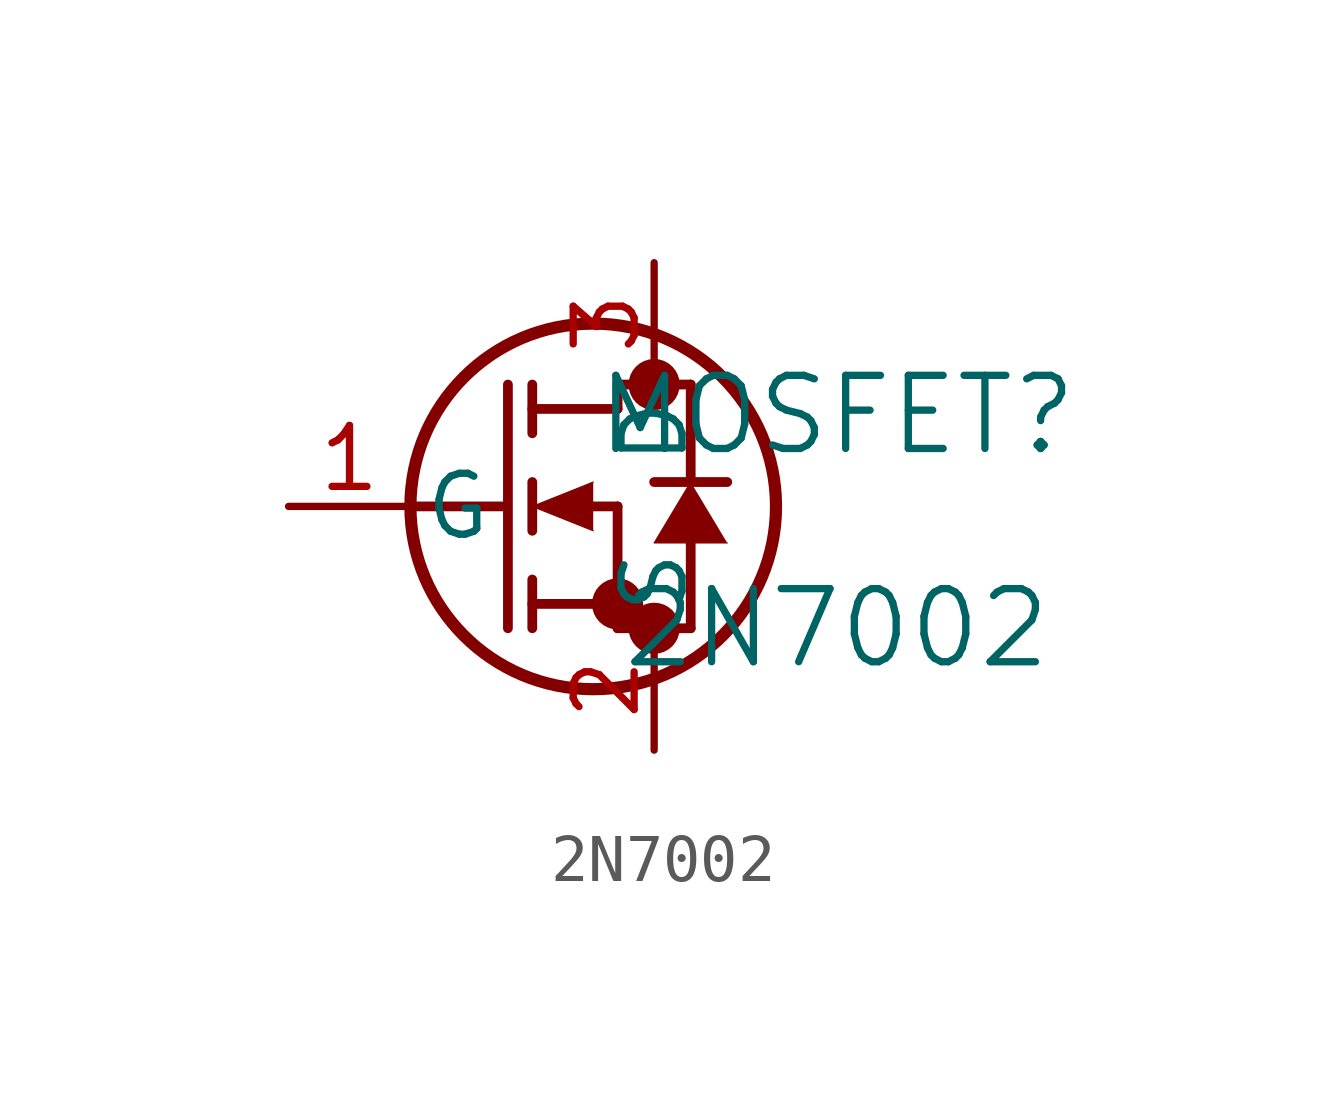
<source format=kicad_sym>
(kicad_symbol_lib
  (version 20211014)
  (generator kicad_symbol_editor)
  (symbol "2N7002"
    (pin_names
      (offset 0.254))
    (property "Reference" "MOSFET"
      (at 11.43 1.905 0)
      (effects (font (size 1.524 1.524))))
    (property "Value" "2N7002"
      (at 11.43 -2.54 0)
      (effects (font (size 1.524 1.524))))
    (symbol "2N7002_0_1"
      (circle (center 7.62 2.54) (radius 0.025) (stroke (width 0.508) (type default) (color 0 0 0 0)) (fill (type none)))
      (circle (center 7.62 -2.54) (radius 0.025) (stroke (width 0.508) (type default) (color 0 0 0 0)) (fill (type none)))
      (circle (center 6.858 -2.032) (radius 0.025) (stroke (width 0.508) (type default) (color 0 0 0 0)) (fill (type none)))
      (circle (center 6.35 0) (radius 3.81) (stroke (width 0.254) (type default) (color 0 0 0 0)) (fill (type none)))
      (polyline (pts (xy 2.54 0) (xy 4.445 0)) (stroke (width 0.203) (type default) (color 0 0 0 0)) (fill (type none)))
      (polyline (pts (xy 4.572 -2.54) (xy 4.572 2.54)) (stroke (width 0.203) (type default) (color 0 0 0 0)) (fill (type none)))
      (polyline (pts (xy 5.08 -0.508) (xy 5.08 0.508)) (stroke (width 0.203) (type default) (color 0 0 0 0)) (fill (type none)))
      (polyline (pts (xy 5.08 -2.54) (xy 5.08 -1.524)) (stroke (width 0.203) (type default) (color 0 0 0 0)) (fill (type none)))
      (polyline (pts (xy 5.08 1.524) (xy 5.08 2.54)) (stroke (width 0.203) (type default) (color 0 0 0 0)) (fill (type none)))
      (polyline (pts (xy 6.35 0) (xy 6.858 0)) (stroke (width 0.203) (type default) (color 0 0 0 0)) (fill (type none)))
      (polyline (pts (xy 5.08 -2.032) (xy 6.858 -2.032)) (stroke (width 0.203) (type default) (color 0 0 0 0)) (fill (type none)))
      (polyline (pts (xy 6.858 -2.54) (xy 6.858 0)) (stroke (width 0.203) (type default) (color 0 0 0 0)) (fill (type none)))
      (polyline (pts (xy 6.858 -2.54) (xy 8.382 -2.54)) (stroke (width 0.203) (type default) (color 0 0 0 0)) (fill (type none)))
      (polyline (pts (xy 5.08 2.032) (xy 6.858 2.032)) (stroke (width 0.203) (type default) (color 0 0 0 0)) (fill (type none)))
      (polyline (pts (xy 8.382 0.508) (xy 8.382 2.54)) (stroke (width 0.203) (type default) (color 0 0 0 0)) (fill (type none)))
      (polyline (pts (xy 6.35 0.508) (xy 5.08 0) (xy 6.35 -0.508)) (stroke (width 0.025) (type default) (color 0 0 0 0)) (fill (type outline)))
      (polyline (pts (xy 9.144 -0.762) (xy 7.62 -0.762) (xy 8.382 0.508)) (stroke (width 0.025) (type default) (color 0 0 0 0)) (fill (type outline)))
      (polyline (pts (xy 8.382 -2.54) (xy 8.382 -0.762)) (stroke (width 0.203) (type default) (color 0 0 0 0)) (fill (type none)))
      (polyline (pts (xy 9.144 0.508) (xy 7.62 0.508)) (stroke (width 0.203) (type default) (color 0 0 0 0)) (fill (type none)))
      (polyline (pts (xy 6.858 2.54) (xy 8.382 2.54)) (stroke (width 0.203) (type default) (color 0 0 0 0)) (fill (type none)))
      (polyline (pts (xy 6.858 2.032) (xy 6.858 2.54)) (stroke (width 0.203) (type default) (color 0 0 0 0)) (fill (type none)))
      (pin unspecified line (at 0 0 0) (length 2.54) (name "G" (effects (font (size 1.27 1.27)))) (number "1" (effects (font (size 1.27 1.27)))))
      (pin unspecified line (at 7.62 -5.08 90) (length 2.54) (name "S" (effects (font (size 1.27 1.27)))) (number "2" (effects (font (size 1.27 1.27)))))
      (pin unspecified line (at 7.62 5.08 270) (length 2.54) (name "D" (effects (font (size 1.27 1.27)))) (number "3" (effects (font (size 1.27 1.27))))))))
</source>
